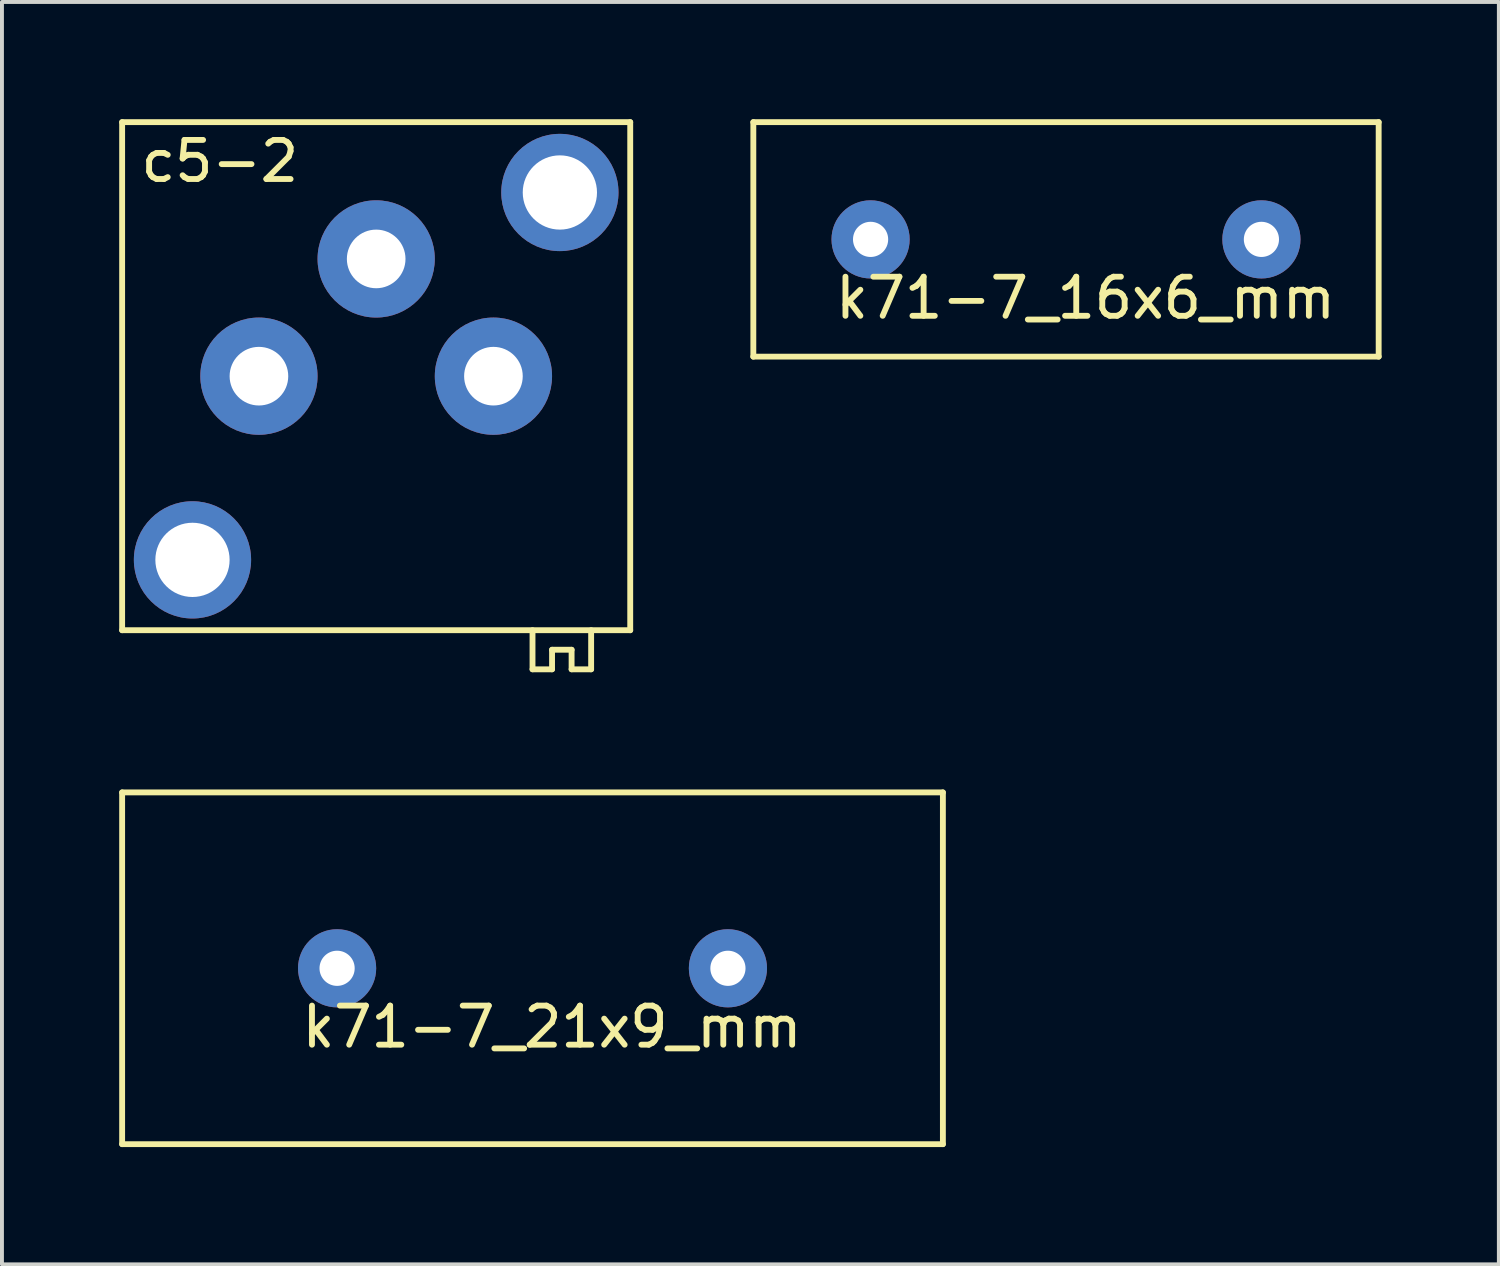
<source format=kicad_pcb>
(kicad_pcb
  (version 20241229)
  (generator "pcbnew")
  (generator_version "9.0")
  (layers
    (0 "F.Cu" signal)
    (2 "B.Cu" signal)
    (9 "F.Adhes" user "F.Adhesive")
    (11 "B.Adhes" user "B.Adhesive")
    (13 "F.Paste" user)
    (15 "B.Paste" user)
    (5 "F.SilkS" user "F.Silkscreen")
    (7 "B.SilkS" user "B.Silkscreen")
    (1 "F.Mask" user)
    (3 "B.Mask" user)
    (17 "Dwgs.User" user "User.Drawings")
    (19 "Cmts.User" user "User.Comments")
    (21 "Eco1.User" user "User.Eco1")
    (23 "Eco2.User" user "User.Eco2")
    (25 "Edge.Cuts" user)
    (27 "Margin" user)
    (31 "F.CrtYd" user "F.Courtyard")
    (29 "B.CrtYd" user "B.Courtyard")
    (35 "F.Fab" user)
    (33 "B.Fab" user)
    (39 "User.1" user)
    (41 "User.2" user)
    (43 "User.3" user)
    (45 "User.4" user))
  (footprint "c5-2"
    (layer "F.Cu")
    (at 6.575 3.575)
    (property "Reference" "c5-2" (at -4 -2.5 0) (layer "F.SilkS") (effects (font (size 1 1) (thickness 0.15))))
    (attr through_hole)
    (fp_line (start -6.5 -3.5) (end 6.5 -3.5) (stroke (width 0.15) (type solid)) (layer "F.SilkS"))
    (fp_line (start -6.5 9.5) (end -6.5 -3.5) (stroke (width 0.15) (type solid)) (layer "F.SilkS"))
    (fp_line (start 4 10.5) (end 4 9.5) (stroke (width 0.15) (type solid)) (layer "F.SilkS"))
    (fp_line (start 4.5 10) (end 5 10) (stroke (width 0.15) (type solid)) (layer "F.SilkS"))
    (fp_line (start 4.5 10.5) (end 4 10.5) (stroke (width 0.15) (type solid)) (layer "F.SilkS"))
    (fp_line (start 4.5 10.5) (end 4.5 10) (stroke (width 0.15) (type solid)) (layer "F.SilkS"))
    (fp_line (start 5 10) (end 5 10.5) (stroke (width 0.15) (type solid)) (layer "F.SilkS"))
    (fp_line (start 5.5 9.5) (end 5.5 10.5) (stroke (width 0.15) (type solid)) (layer "F.SilkS"))
    (fp_line (start 5.5 10.5) (end 5 10.5) (stroke (width 0.15) (type solid)) (layer "F.SilkS"))
    (fp_line (start 6.5 -3.5) (end 6.5 9.5) (stroke (width 0.15) (type solid)) (layer "F.SilkS"))
    (fp_line (start 6.5 9.5) (end -6.5 9.5) (stroke (width 0.15) (type solid)) (layer "F.SilkS"))
    (pad "" thru_hole circle (at -4.7 7.7) (size 3 3) (drill 1.9) (layers "*.Cu" "*.Mask"))
    (pad "" thru_hole circle (at 4.7 -1.7) (size 3 3) (drill 1.9) (layers "*.Cu" "*.Mask"))
    (pad "1" thru_hole circle (at -3 3) (size 3 3) (drill 1.5) (layers "*.Cu" "*.Mask"))
    (pad "2" thru_hole circle (at 0 0) (size 3 3) (drill 1.5) (layers "*.Cu" "*.Mask"))
    (pad "3" thru_hole circle (at 3 3) (size 3 3) (drill 1.5) (layers "*.Cu" "*.Mask")))
  (footprint "k71-7_16x6_mm"
    (layer "F.Cu")
    (at 24.225 3.075)
    (property "Reference" "k71-7_16x6_mm" (at 0.5 1.5 0) (layer "F.SilkS") (effects (font (size 1 1) (thickness 0.15))))
    (attr through_hole)
    (fp_line (start -8 -3) (end 8 -3) (stroke (width 0.15) (type solid)) (layer "F.SilkS"))
    (fp_line (start -8 3) (end -8 -3) (stroke (width 0.15) (type solid)) (layer "F.SilkS"))
    (fp_line (start 8 -3) (end 8 3) (stroke (width 0.15) (type solid)) (layer "F.SilkS"))
    (fp_line (start 8 3) (end -8 3) (stroke (width 0.15) (type solid)) (layer "F.SilkS"))
    (pad "1" thru_hole circle (at -5 0) (size 2 2) (drill 0.9) (layers "*.Cu" "*.Mask"))
    (pad "2" thru_hole circle (at 5 0) (size 2 2) (drill 0.9) (layers "*.Cu" "*.Mask")))
  (footprint "k71-7_21x9_mm"
    (layer "F.Cu")
    (at 10.575 21.725)
    (property "Reference" "k71-7_21x9_mm" (at 0.5 1.5 0) (layer "F.SilkS") (effects (font (size 1 1) (thickness 0.15))))
    (attr through_hole)
    (fp_line (start -10.5 -4.5) (end 10.5 -4.5) (stroke (width 0.15) (type solid)) (layer "F.SilkS"))
    (fp_line (start -10.5 4.5) (end -10.5 -4.5) (stroke (width 0.15) (type solid)) (layer "F.SilkS"))
    (fp_line (start 10.5 -4.5) (end 10.5 4.5) (stroke (width 0.15) (type solid)) (layer "F.SilkS"))
    (fp_line (start 10.5 4.5) (end -10.5 4.5) (stroke (width 0.15) (type solid)) (layer "F.SilkS"))
    (pad "1" thru_hole circle (at -5 0) (size 2 2) (drill 0.9) (layers "*.Cu" "*.Mask"))
    (pad "2" thru_hole circle (at 5 0) (size 2 2) (drill 0.9) (layers "*.Cu" "*.Mask")))
  (gr_rect
    (start -3 -3)
    (end 35.3 29.3)
    (stroke (width 0.1) (type default))
    (fill no)
    (layer "Edge.Cuts")))
</source>
